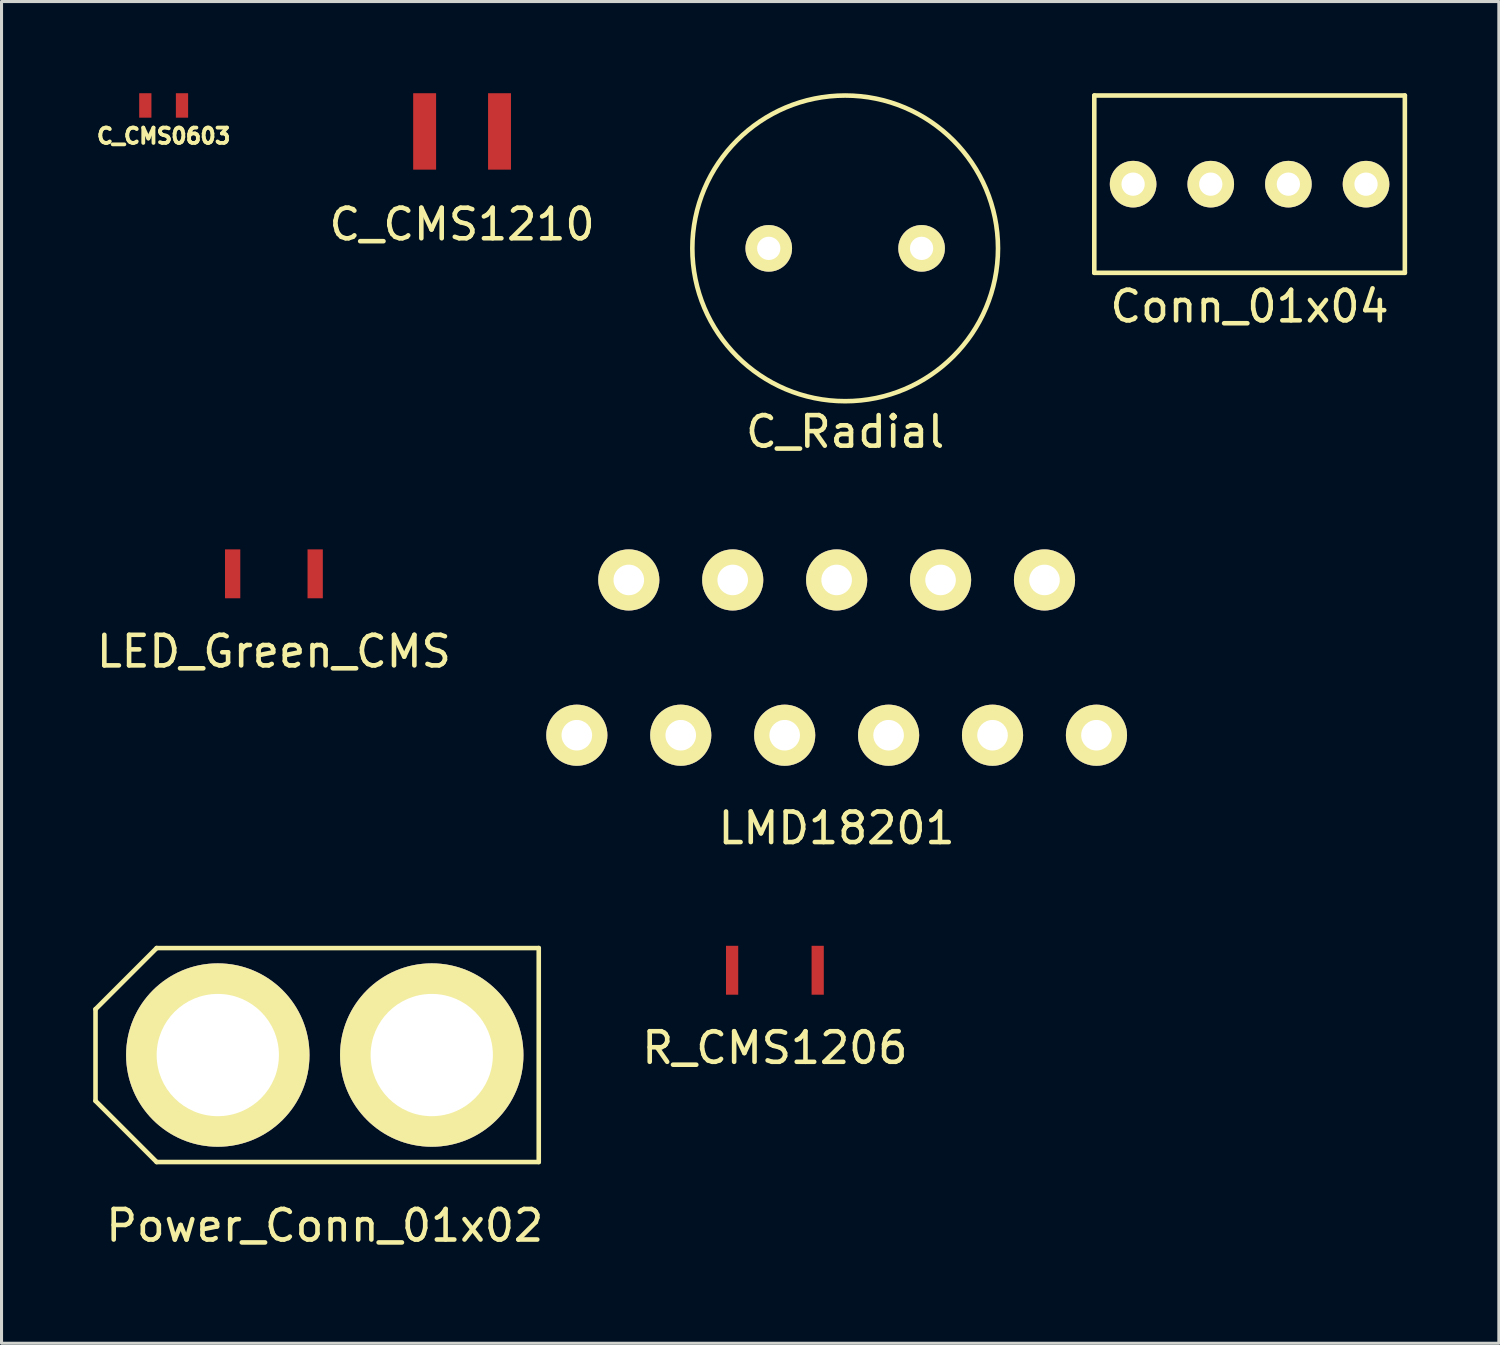
<source format=kicad_pcb>
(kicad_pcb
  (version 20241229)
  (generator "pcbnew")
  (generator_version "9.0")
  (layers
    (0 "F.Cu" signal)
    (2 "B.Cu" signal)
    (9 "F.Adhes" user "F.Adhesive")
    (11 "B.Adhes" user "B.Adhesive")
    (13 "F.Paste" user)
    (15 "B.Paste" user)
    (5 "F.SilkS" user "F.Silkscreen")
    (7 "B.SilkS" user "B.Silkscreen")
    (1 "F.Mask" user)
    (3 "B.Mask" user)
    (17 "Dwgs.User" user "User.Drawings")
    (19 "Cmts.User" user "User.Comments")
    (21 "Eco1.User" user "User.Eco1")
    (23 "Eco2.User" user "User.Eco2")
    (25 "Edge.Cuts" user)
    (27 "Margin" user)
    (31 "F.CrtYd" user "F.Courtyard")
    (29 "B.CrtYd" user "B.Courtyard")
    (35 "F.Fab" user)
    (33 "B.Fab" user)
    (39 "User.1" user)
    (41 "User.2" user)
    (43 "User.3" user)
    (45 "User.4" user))
  (footprint "LED_Green_CMS"
    (layer "F.Cu")
    (at 5.911 15.723)
    (property "Reference" "LED_Green_CMS" (at 0 2.54 0) (layer "F.SilkS") (effects (font (size 1 1) (thickness 0.15))))
    (attr through_hole)
    (pad "1" smd rect (at -1.35 0) (size 0.5 1.6) (layers "F.Cu" "F.Mask" "F.Paste"))
    (pad "2" smd rect (at 1.35 0) (size 0.5 1.6) (layers "F.Cu" "F.Mask" "F.Paste")))
  (footprint "Power_Conn_01x02"
    (layer "F.Cu")
    (at 7.575 31.466)
    (property "Reference" "Power_Conn_01x02" (at 0 5.58 0) (layer "F.SilkS") (effects (font (size 1 1) (thickness 0.15))))
    (attr through_hole)
    (fp_line (start -7.5 -1.5) (end -5.5 -3.5) (stroke (width 0.15) (type solid)) (layer "F.SilkS"))
    (fp_line (start -7.5 1.5) (end -7.5 -1.5) (stroke (width 0.15) (type solid)) (layer "F.SilkS"))
    (fp_line (start -5.5 -3.5) (end 7 -3.5) (stroke (width 0.15) (type solid)) (layer "F.SilkS"))
    (fp_line (start -5.5 3.5) (end -7.5 1.5) (stroke (width 0.15) (type solid)) (layer "F.SilkS"))
    (fp_line (start 7 -3.5) (end 7 3.5) (stroke (width 0.15) (type solid)) (layer "F.SilkS"))
    (fp_line (start 7 3.5) (end -5.5 3.5) (stroke (width 0.15) (type solid)) (layer "F.SilkS"))
    (pad "1" thru_hole circle (at -3.5 0) (size 6 6) (drill 4) (layers "*.Cu" "*.Mask" "F.SilkS"))
    (pad "2" thru_hole circle (at 3.5 0) (size 6 6) (drill 4) (layers "*.Cu" "*.Mask" "F.SilkS")))
  (footprint "LMD18201"
    (layer "F.Cu")
    (at 24.321 21.003)
    (property "Reference" "LMD18201" (at 0 3.04 0) (layer "F.SilkS") (effects (font (size 1 1) (thickness 0.15))))
    (attr through_hole)
    (pad "1" thru_hole circle (at -8.5 0) (size 2 2) (drill 1) (layers "*.Cu" "*.Mask" "F.SilkS"))
    (pad "2" thru_hole circle (at -6.8 -5.08) (size 2 2) (drill 1) (layers "*.Cu" "*.Mask" "F.SilkS"))
    (pad "3" thru_hole circle (at -5.1 0) (size 2 2) (drill 1) (layers "*.Cu" "*.Mask" "F.SilkS"))
    (pad "4" thru_hole circle (at -3.4 -5.08) (size 2 2) (drill 1) (layers "*.Cu" "*.Mask" "F.SilkS"))
    (pad "5" thru_hole circle (at -1.7 0) (size 2 2) (drill 1) (layers "*.Cu" "*.Mask" "F.SilkS"))
    (pad "6" thru_hole circle (at 0 -5.08) (size 2 2) (drill 1) (layers "*.Cu" "*.Mask" "F.SilkS"))
    (pad "7" thru_hole circle (at 1.7 0) (size 2 2) (drill 1) (layers "*.Cu" "*.Mask" "F.SilkS"))
    (pad "8" thru_hole circle (at 3.4 -5.08) (size 2 2) (drill 1) (layers "*.Cu" "*.Mask" "F.SilkS"))
    (pad "9" thru_hole circle (at 5.1 0) (size 2 2) (drill 1) (layers "*.Cu" "*.Mask" "F.SilkS"))
    (pad "10" thru_hole circle (at 6.8 -5.08) (size 2 2) (drill 1) (layers "*.Cu" "*.Mask" "F.SilkS"))
    (pad "11" thru_hole circle (at 8.5 0) (size 2 2) (drill 1) (layers "*.Cu" "*.Mask" "F.SilkS")))
  (footprint "Conn_01x04"
    (layer "F.Cu")
    (at 37.83 2.975)
    (property "Reference" "Conn_01x04" (at 0 4 0) (layer "F.SilkS") (effects (font (size 1 1) (thickness 0.15))))
    (attr through_hole)
    (fp_line (start -5.08 -2.9) (end -5.08 2.9) (stroke (width 0.15) (type solid)) (layer "F.SilkS"))
    (fp_line (start -5.08 -2.9) (end 5.08 -2.9) (stroke (width 0.15) (type solid)) (layer "F.SilkS"))
    (fp_line (start -5.08 2.9) (end 5.08 2.9) (stroke (width 0.15) (type solid)) (layer "F.SilkS"))
    (fp_line (start 5.08 -2.9) (end 5.08 2.9) (stroke (width 0.15) (type solid)) (layer "F.SilkS"))
    (pad "1" thru_hole circle (at -3.81 0) (size 1.524 1.524) (drill 0.762) (layers "*.Cu" "*.Mask" "F.SilkS"))
    (pad "2" thru_hole circle (at -1.27 0) (size 1.524 1.524) (drill 0.762) (layers "*.Cu" "*.Mask" "F.SilkS"))
    (pad "3" thru_hole circle (at 1.27 0) (size 1.524 1.524) (drill 0.762) (layers "*.Cu" "*.Mask" "F.SilkS"))
    (pad "4" thru_hole circle (at 3.81 0) (size 1.524 1.524) (drill 0.762) (layers "*.Cu" "*.Mask" "F.SilkS")))
  (footprint "R_CMS1206"
    (layer "F.Cu")
    (at 22.301 28.692)
    (property "Reference" "R_CMS1206" (at 0 2.54 0) (layer "F.SilkS") (effects (font (size 1 1) (thickness 0.15))))
    (attr through_hole)
    (pad "1" smd rect (at -1.4 0) (size 0.4 1.6) (layers "F.Cu" "F.Mask" "F.Paste"))
    (pad "2" smd rect (at 1.4 0) (size 0.4 1.6) (layers "F.Cu" "F.Mask" "F.Paste")))
  (footprint "C_CMS0603"
    (layer "F.Cu")
    (at 2.304 0.4)
    (property "Reference" "C_CMS0603" (at 0 1 0) (layer "F.SilkS") (effects (font (size 0.5 0.5) (thickness 0.125))))
    (attr through_hole)
    (pad "1" smd rect (at -0.6 0) (size 0.4 0.8) (layers "F.Cu" "F.Mask" "F.Paste"))
    (pad "2" smd rect (at 0.6 0) (size 0.4 0.8) (layers "F.Cu" "F.Mask" "F.Paste")))
  (footprint "C_CMS1210"
    (layer "F.Cu")
    (at 12.067 1.25)
    (property "Reference" "C_CMS1210" (at 0 3.04 0) (layer "F.SilkS") (effects (font (size 1 1) (thickness 0.15))))
    (attr through_hole)
    (pad "1" smd rect (at -1.225 0) (size 0.75 2.5) (layers "F.Cu" "F.Mask" "F.Paste"))
    (pad "2" smd rect (at 1.225 0) (size 0.75 2.5) (layers "F.Cu" "F.Mask" "F.Paste")))
  (footprint "C_Radial"
    (layer "F.Cu")
    (at 24.6 5.075)
    (property "Reference" "C_Radial" (at 0 6 0) (layer "F.SilkS") (effects (font (size 1 1) (thickness 0.15))))
    (attr through_hole)
    (fp_circle (center 0 0) (end 5 0) (stroke (width 0.15) (type solid)) (fill no) (layer "F.SilkS"))
    (pad "1" thru_hole circle (at -2.5 0) (size 1.524 1.524) (drill 0.762) (layers "*.Cu" "*.Mask" "F.SilkS"))
    (pad "2" thru_hole circle (at 2.5 0) (size 1.524 1.524) (drill 0.762) (layers "*.Cu" "*.Mask" "F.SilkS")))
  (gr_rect
    (start -3 -3)
    (end 45.985 40.895)
    (stroke (width 0.1) (type default))
    (fill no)
    (layer "Edge.Cuts")))
</source>
